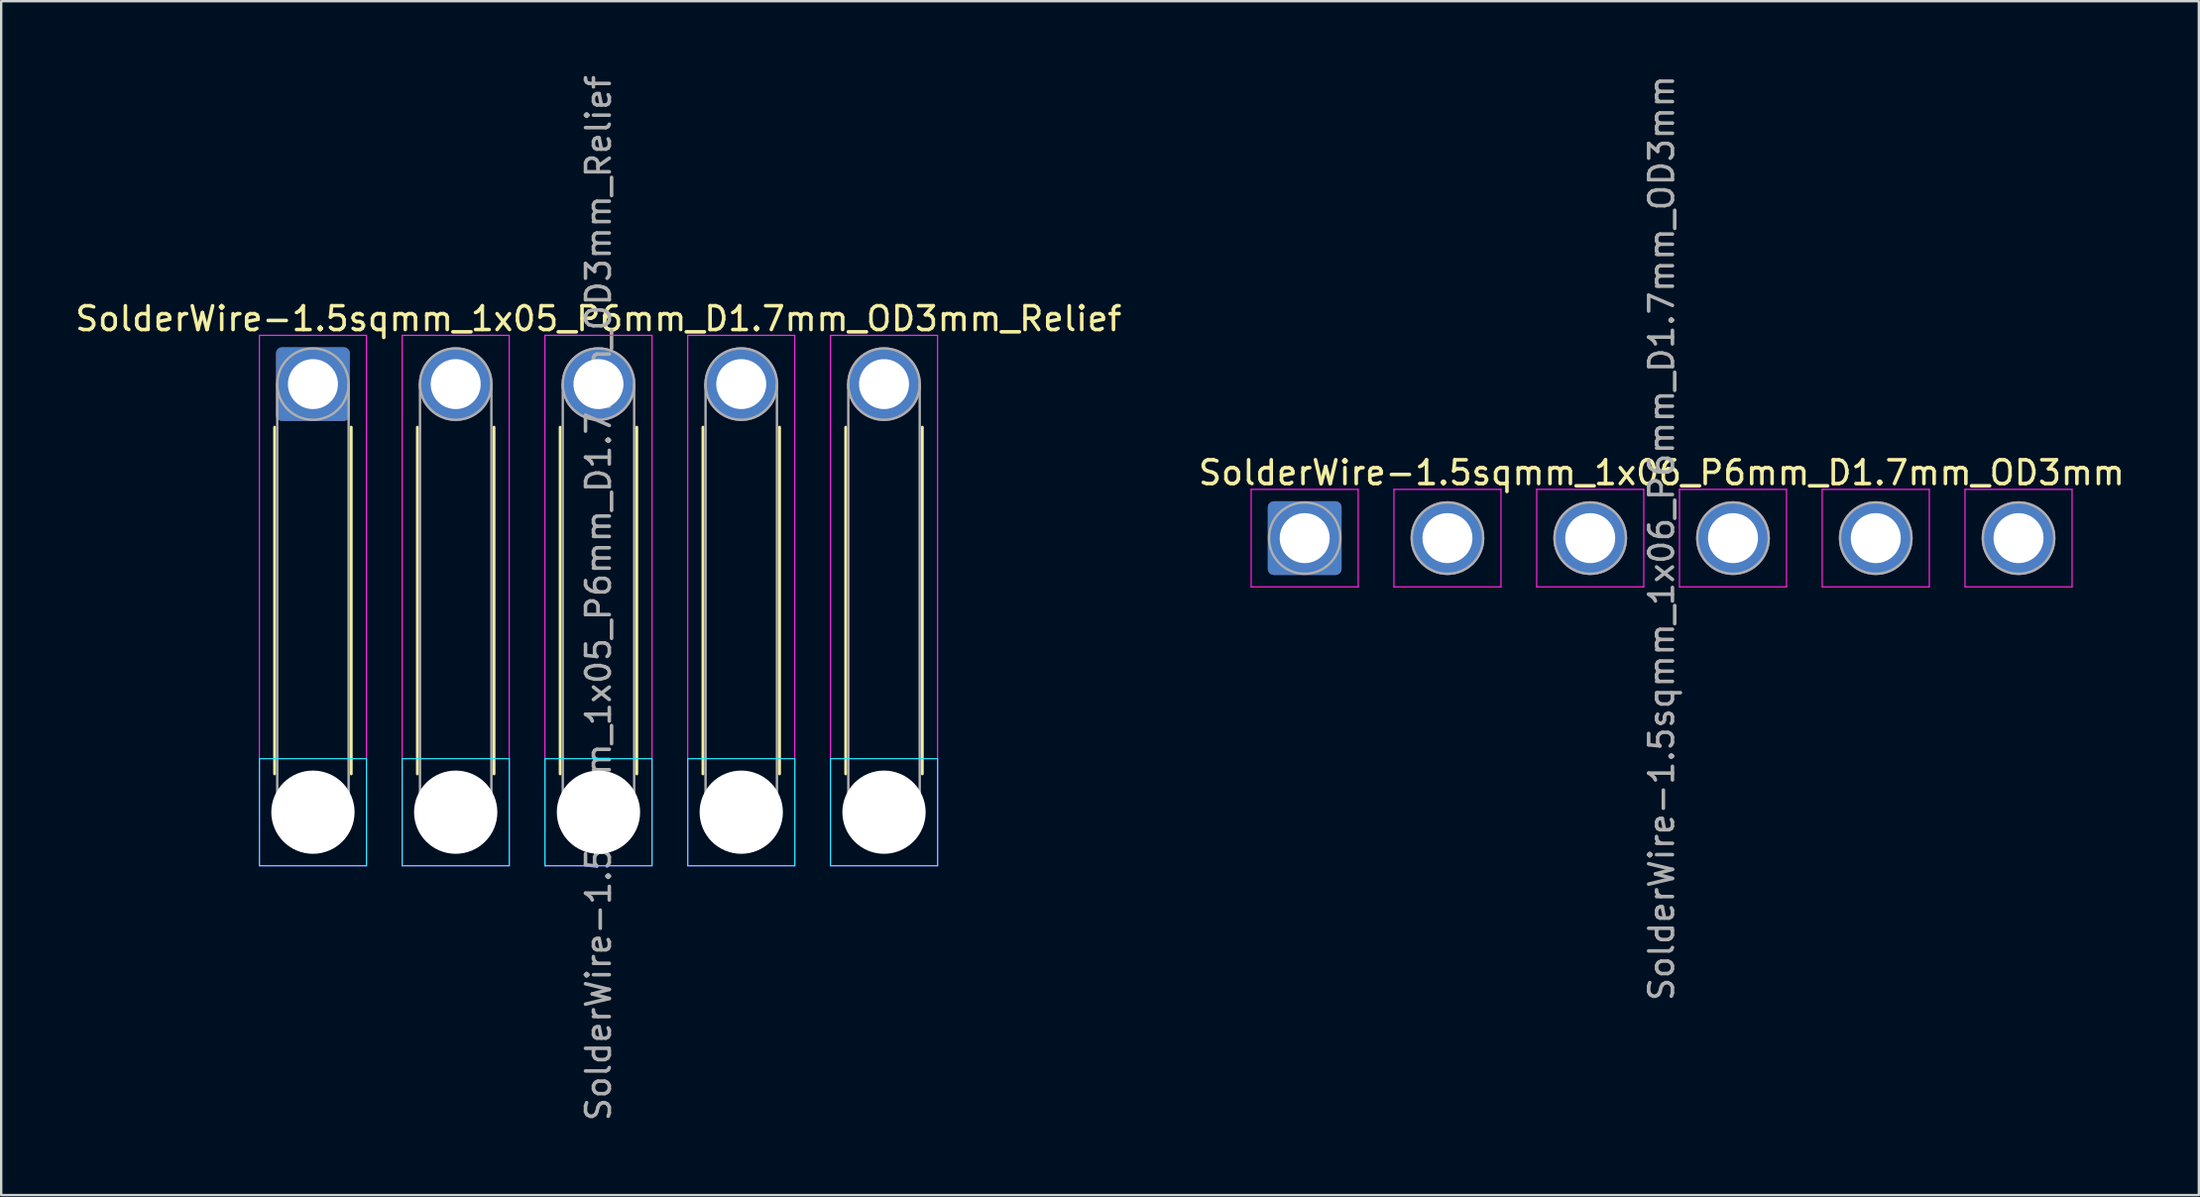
<source format=kicad_pcb>
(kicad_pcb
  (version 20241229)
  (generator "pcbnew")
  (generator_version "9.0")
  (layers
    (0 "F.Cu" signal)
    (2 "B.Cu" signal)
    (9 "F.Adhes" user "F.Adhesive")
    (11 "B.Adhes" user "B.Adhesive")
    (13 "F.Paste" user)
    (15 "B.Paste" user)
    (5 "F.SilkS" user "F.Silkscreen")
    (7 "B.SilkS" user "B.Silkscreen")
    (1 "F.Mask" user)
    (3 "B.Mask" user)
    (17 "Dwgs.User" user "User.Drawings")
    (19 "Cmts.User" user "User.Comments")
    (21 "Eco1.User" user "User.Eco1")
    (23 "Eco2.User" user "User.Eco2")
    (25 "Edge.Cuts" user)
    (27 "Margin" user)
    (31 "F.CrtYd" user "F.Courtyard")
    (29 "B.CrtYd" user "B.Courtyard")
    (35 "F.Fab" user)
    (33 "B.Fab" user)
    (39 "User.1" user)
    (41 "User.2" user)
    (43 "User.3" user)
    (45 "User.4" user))
  (footprint "SolderWire-1.5sqmm_1x05_P6mm_D1.7mm_OD3mm_Relief"
    (layer "F.Cu")
    (at 10.101 13.101)
    (property "Reference" "SolderWire-1.5sqmm_1x05_P6mm_D1.7mm_OD3mm_Relief" (at 12 -2.75 0) (layer "F.SilkS") (effects (font (size 1 1) (thickness 0.15))))
    (attr exclude_from_pos_files exclude_from_bom)
    (fp_line (start -1.61 1.81) (end -1.61 16.39) (stroke (width 0.12) (type solid)) (layer "F.SilkS"))
    (fp_line (start 1.61 1.81) (end 1.61 16.39) (stroke (width 0.12) (type solid)) (layer "F.SilkS"))
    (fp_line (start 4.39 1.81) (end 4.39 16.39) (stroke (width 0.12) (type solid)) (layer "F.SilkS"))
    (fp_line (start 7.61 1.81) (end 7.61 16.39) (stroke (width 0.12) (type solid)) (layer "F.SilkS"))
    (fp_line (start 10.39 1.81) (end 10.39 16.39) (stroke (width 0.12) (type solid)) (layer "F.SilkS"))
    (fp_line (start 13.61 1.81) (end 13.61 16.39) (stroke (width 0.12) (type solid)) (layer "F.SilkS"))
    (fp_line (start 16.39 1.81) (end 16.39 16.39) (stroke (width 0.12) (type solid)) (layer "F.SilkS"))
    (fp_line (start 19.61 1.81) (end 19.61 16.39) (stroke (width 0.12) (type solid)) (layer "F.SilkS"))
    (fp_line (start 22.39 1.81) (end 22.39 16.39) (stroke (width 0.12) (type solid)) (layer "F.SilkS"))
    (fp_line (start 25.61 1.81) (end 25.61 16.39) (stroke (width 0.12) (type solid)) (layer "F.SilkS"))
    (fp_line (start -2.25 15.75) (end -2.25 20.25) (stroke (width 0.05) (type solid)) (layer "B.CrtYd"))
    (fp_line (start -2.25 20.25) (end 2.25 20.25) (stroke (width 0.05) (type solid)) (layer "B.CrtYd"))
    (fp_line (start 2.25 15.75) (end -2.25 15.75) (stroke (width 0.05) (type solid)) (layer "B.CrtYd"))
    (fp_line (start 2.25 20.25) (end 2.25 15.75) (stroke (width 0.05) (type solid)) (layer "B.CrtYd"))
    (fp_line (start 3.75 15.75) (end 3.75 20.25) (stroke (width 0.05) (type solid)) (layer "B.CrtYd"))
    (fp_line (start 3.75 20.25) (end 8.25 20.25) (stroke (width 0.05) (type solid)) (layer "B.CrtYd"))
    (fp_line (start 8.25 15.75) (end 3.75 15.75) (stroke (width 0.05) (type solid)) (layer "B.CrtYd"))
    (fp_line (start 8.25 20.25) (end 8.25 15.75) (stroke (width 0.05) (type solid)) (layer "B.CrtYd"))
    (fp_line (start 9.75 15.75) (end 9.75 20.25) (stroke (width 0.05) (type solid)) (layer "B.CrtYd"))
    (fp_line (start 9.75 20.25) (end 14.25 20.25) (stroke (width 0.05) (type solid)) (layer "B.CrtYd"))
    (fp_line (start 14.25 15.75) (end 9.75 15.75) (stroke (width 0.05) (type solid)) (layer "B.CrtYd"))
    (fp_line (start 14.25 20.25) (end 14.25 15.75) (stroke (width 0.05) (type solid)) (layer "B.CrtYd"))
    (fp_line (start 15.75 15.75) (end 15.75 20.25) (stroke (width 0.05) (type solid)) (layer "B.CrtYd"))
    (fp_line (start 15.75 20.25) (end 20.25 20.25) (stroke (width 0.05) (type solid)) (layer "B.CrtYd"))
    (fp_line (start 20.25 15.75) (end 15.75 15.75) (stroke (width 0.05) (type solid)) (layer "B.CrtYd"))
    (fp_line (start 20.25 20.25) (end 20.25 15.75) (stroke (width 0.05) (type solid)) (layer "B.CrtYd"))
    (fp_line (start 21.75 15.75) (end 21.75 20.25) (stroke (width 0.05) (type solid)) (layer "B.CrtYd"))
    (fp_line (start 21.75 20.25) (end 26.25 20.25) (stroke (width 0.05) (type solid)) (layer "B.CrtYd"))
    (fp_line (start 26.25 15.75) (end 21.75 15.75) (stroke (width 0.05) (type solid)) (layer "B.CrtYd"))
    (fp_line (start 26.25 20.25) (end 26.25 15.75) (stroke (width 0.05) (type solid)) (layer "B.CrtYd"))
    (fp_line (start -2.25 -2.05) (end -2.25 20.25) (stroke (width 0.05) (type solid)) (layer "F.CrtYd"))
    (fp_line (start -2.25 20.25) (end 2.25 20.25) (stroke (width 0.05) (type solid)) (layer "F.CrtYd"))
    (fp_line (start 2.25 -2.05) (end -2.25 -2.05) (stroke (width 0.05) (type solid)) (layer "F.CrtYd"))
    (fp_line (start 2.25 20.25) (end 2.25 -2.05) (stroke (width 0.05) (type solid)) (layer "F.CrtYd"))
    (fp_line (start 3.75 -2.05) (end 3.75 20.25) (stroke (width 0.05) (type solid)) (layer "F.CrtYd"))
    (fp_line (start 3.75 20.25) (end 8.25 20.25) (stroke (width 0.05) (type solid)) (layer "F.CrtYd"))
    (fp_line (start 8.25 -2.05) (end 3.75 -2.05) (stroke (width 0.05) (type solid)) (layer "F.CrtYd"))
    (fp_line (start 8.25 20.25) (end 8.25 -2.05) (stroke (width 0.05) (type solid)) (layer "F.CrtYd"))
    (fp_line (start 9.75 -2.05) (end 9.75 20.25) (stroke (width 0.05) (type solid)) (layer "F.CrtYd"))
    (fp_line (start 9.75 20.25) (end 14.25 20.25) (stroke (width 0.05) (type solid)) (layer "F.CrtYd"))
    (fp_line (start 14.25 -2.05) (end 9.75 -2.05) (stroke (width 0.05) (type solid)) (layer "F.CrtYd"))
    (fp_line (start 14.25 20.25) (end 14.25 -2.05) (stroke (width 0.05) (type solid)) (layer "F.CrtYd"))
    (fp_line (start 15.75 -2.05) (end 15.75 20.25) (stroke (width 0.05) (type solid)) (layer "F.CrtYd"))
    (fp_line (start 15.75 20.25) (end 20.25 20.25) (stroke (width 0.05) (type solid)) (layer "F.CrtYd"))
    (fp_line (start 20.25 -2.05) (end 15.75 -2.05) (stroke (width 0.05) (type solid)) (layer "F.CrtYd"))
    (fp_line (start 20.25 20.25) (end 20.25 -2.05) (stroke (width 0.05) (type solid)) (layer "F.CrtYd"))
    (fp_line (start 21.75 -2.05) (end 21.75 20.25) (stroke (width 0.05) (type solid)) (layer "F.CrtYd"))
    (fp_line (start 21.75 20.25) (end 26.25 20.25) (stroke (width 0.05) (type solid)) (layer "F.CrtYd"))
    (fp_line (start 26.25 -2.05) (end 21.75 -2.05) (stroke (width 0.05) (type solid)) (layer "F.CrtYd"))
    (fp_line (start 26.25 20.25) (end 26.25 -2.05) (stroke (width 0.05) (type solid)) (layer "F.CrtYd"))
    (fp_line (start -1.5 0) (end -1.5 18) (stroke (width 0.1) (type solid)) (layer "F.Fab"))
    (fp_line (start 1.5 0) (end 1.5 18) (stroke (width 0.1) (type solid)) (layer "F.Fab"))
    (fp_line (start 4.5 0) (end 4.5 18) (stroke (width 0.1) (type solid)) (layer "F.Fab"))
    (fp_line (start 7.5 0) (end 7.5 18) (stroke (width 0.1) (type solid)) (layer "F.Fab"))
    (fp_line (start 10.5 0) (end 10.5 18) (stroke (width 0.1) (type solid)) (layer "F.Fab"))
    (fp_line (start 13.5 0) (end 13.5 18) (stroke (width 0.1) (type solid)) (layer "F.Fab"))
    (fp_line (start 16.5 0) (end 16.5 18) (stroke (width 0.1) (type solid)) (layer "F.Fab"))
    (fp_line (start 19.5 0) (end 19.5 18) (stroke (width 0.1) (type solid)) (layer "F.Fab"))
    (fp_line (start 22.5 0) (end 22.5 18) (stroke (width 0.1) (type solid)) (layer "F.Fab"))
    (fp_line (start 25.5 0) (end 25.5 18) (stroke (width 0.1) (type solid)) (layer "F.Fab"))
    (fp_circle (center 0 0) (end 1.5 0) (stroke (width 0.1) (type solid)) (fill no) (layer "F.Fab"))
    (fp_circle (center 0 18) (end 1.5 18) (stroke (width 0.1) (type solid)) (fill no) (layer "F.Fab"))
    (fp_circle (center 6 0) (end 7.5 0) (stroke (width 0.1) (type solid)) (fill no) (layer "F.Fab"))
    (fp_circle (center 6 18) (end 7.5 18) (stroke (width 0.1) (type solid)) (fill no) (layer "F.Fab"))
    (fp_circle (center 12 0) (end 13.5 0) (stroke (width 0.1) (type solid)) (fill no) (layer "F.Fab"))
    (fp_circle (center 12 18) (end 13.5 18) (stroke (width 0.1) (type solid)) (fill no) (layer "F.Fab"))
    (fp_circle (center 18 0) (end 19.5 0) (stroke (width 0.1) (type solid)) (fill no) (layer "F.Fab"))
    (fp_circle (center 18 18) (end 19.5 18) (stroke (width 0.1) (type solid)) (fill no) (layer "F.Fab"))
    (fp_circle (center 24 0) (end 25.5 0) (stroke (width 0.1) (type solid)) (fill no) (layer "F.Fab"))
    (fp_circle (center 24 18) (end 25.5 18) (stroke (width 0.1) (type solid)) (fill no) (layer "F.Fab"))
    (fp_text user "${REFERENCE}" (at 12 9 90) (layer "F.Fab") (effects (font (size 1 1) (thickness 0.15))))
    (pad "" np_thru_hole circle (at 0 18) (size 3.5 3.5) (drill 3.5) (layers "*.Cu" "*.Mask"))
    (pad "" np_thru_hole circle (at 6 18) (size 3.5 3.5) (drill 3.5) (layers "*.Cu" "*.Mask"))
    (pad "" np_thru_hole circle (at 12 18) (size 3.5 3.5) (drill 3.5) (layers "*.Cu" "*.Mask"))
    (pad "" np_thru_hole circle (at 18 18) (size 3.5 3.5) (drill 3.5) (layers "*.Cu" "*.Mask"))
    (pad "" np_thru_hole circle (at 24 18) (size 3.5 3.5) (drill 3.5) (layers "*.Cu" "*.Mask"))
    (pad "1" thru_hole roundrect (at 0 0) (size 3.1 3.1) (drill 2.1) (layers "*.Cu" "*.Mask") (roundrect_rratio 0.081))
    (pad "2" thru_hole circle (at 6 0) (size 3.1 3.1) (drill 2.1) (layers "*.Cu" "*.Mask"))
    (pad "3" thru_hole circle (at 12 0) (size 3.1 3.1) (drill 2.1) (layers "*.Cu" "*.Mask"))
    (pad "4" thru_hole circle (at 18 0) (size 3.1 3.1) (drill 2.1) (layers "*.Cu" "*.Mask"))
    (pad "5" thru_hole circle (at 24 0) (size 3.1 3.1) (drill 2.1) (layers "*.Cu" "*.Mask")))
  (footprint "SolderWire-1.5sqmm_1x06_P6mm_D1.7mm_OD3mm"
    (layer "F.Cu")
    (at 51.78 19.577)
    (property "Reference" "SolderWire-1.5sqmm_1x06_P6mm_D1.7mm_OD3mm" (at 15 -2.75 0) (layer "F.SilkS") (effects (font (size 1 1) (thickness 0.15))))
    (attr exclude_from_pos_files exclude_from_bom)
    (fp_line (start -2.25 -2.05) (end -2.25 2.05) (stroke (width 0.05) (type solid)) (layer "F.CrtYd"))
    (fp_line (start -2.25 2.05) (end 2.25 2.05) (stroke (width 0.05) (type solid)) (layer "F.CrtYd"))
    (fp_line (start 2.25 -2.05) (end -2.25 -2.05) (stroke (width 0.05) (type solid)) (layer "F.CrtYd"))
    (fp_line (start 2.25 2.05) (end 2.25 -2.05) (stroke (width 0.05) (type solid)) (layer "F.CrtYd"))
    (fp_line (start 3.75 -2.05) (end 3.75 2.05) (stroke (width 0.05) (type solid)) (layer "F.CrtYd"))
    (fp_line (start 3.75 2.05) (end 8.25 2.05) (stroke (width 0.05) (type solid)) (layer "F.CrtYd"))
    (fp_line (start 8.25 -2.05) (end 3.75 -2.05) (stroke (width 0.05) (type solid)) (layer "F.CrtYd"))
    (fp_line (start 8.25 2.05) (end 8.25 -2.05) (stroke (width 0.05) (type solid)) (layer "F.CrtYd"))
    (fp_line (start 9.75 -2.05) (end 9.75 2.05) (stroke (width 0.05) (type solid)) (layer "F.CrtYd"))
    (fp_line (start 9.75 2.05) (end 14.25 2.05) (stroke (width 0.05) (type solid)) (layer "F.CrtYd"))
    (fp_line (start 14.25 -2.05) (end 9.75 -2.05) (stroke (width 0.05) (type solid)) (layer "F.CrtYd"))
    (fp_line (start 14.25 2.05) (end 14.25 -2.05) (stroke (width 0.05) (type solid)) (layer "F.CrtYd"))
    (fp_line (start 15.75 -2.05) (end 15.75 2.05) (stroke (width 0.05) (type solid)) (layer "F.CrtYd"))
    (fp_line (start 15.75 2.05) (end 20.25 2.05) (stroke (width 0.05) (type solid)) (layer "F.CrtYd"))
    (fp_line (start 20.25 -2.05) (end 15.75 -2.05) (stroke (width 0.05) (type solid)) (layer "F.CrtYd"))
    (fp_line (start 20.25 2.05) (end 20.25 -2.05) (stroke (width 0.05) (type solid)) (layer "F.CrtYd"))
    (fp_line (start 21.75 -2.05) (end 21.75 2.05) (stroke (width 0.05) (type solid)) (layer "F.CrtYd"))
    (fp_line (start 21.75 2.05) (end 26.25 2.05) (stroke (width 0.05) (type solid)) (layer "F.CrtYd"))
    (fp_line (start 26.25 -2.05) (end 21.75 -2.05) (stroke (width 0.05) (type solid)) (layer "F.CrtYd"))
    (fp_line (start 26.25 2.05) (end 26.25 -2.05) (stroke (width 0.05) (type solid)) (layer "F.CrtYd"))
    (fp_line (start 27.75 -2.05) (end 27.75 2.05) (stroke (width 0.05) (type solid)) (layer "F.CrtYd"))
    (fp_line (start 27.75 2.05) (end 32.25 2.05) (stroke (width 0.05) (type solid)) (layer "F.CrtYd"))
    (fp_line (start 32.25 -2.05) (end 27.75 -2.05) (stroke (width 0.05) (type solid)) (layer "F.CrtYd"))
    (fp_line (start 32.25 2.05) (end 32.25 -2.05) (stroke (width 0.05) (type solid)) (layer "F.CrtYd"))
    (fp_circle (center 0 0) (end 1.5 0) (stroke (width 0.1) (type solid)) (fill no) (layer "F.Fab"))
    (fp_circle (center 6 0) (end 7.5 0) (stroke (width 0.1) (type solid)) (fill no) (layer "F.Fab"))
    (fp_circle (center 12 0) (end 13.5 0) (stroke (width 0.1) (type solid)) (fill no) (layer "F.Fab"))
    (fp_circle (center 18 0) (end 19.5 0) (stroke (width 0.1) (type solid)) (fill no) (layer "F.Fab"))
    (fp_circle (center 24 0) (end 25.5 0) (stroke (width 0.1) (type solid)) (fill no) (layer "F.Fab"))
    (fp_circle (center 30 0) (end 31.5 0) (stroke (width 0.1) (type solid)) (fill no) (layer "F.Fab"))
    (fp_text user "${REFERENCE}" (at 15 0 90) (layer "F.Fab") (effects (font (size 1 1) (thickness 0.15))))
    (pad "1" thru_hole roundrect (at 0 0) (size 3.1 3.1) (drill 2.1) (layers "*.Cu" "*.Mask") (roundrect_rratio 0.081))
    (pad "2" thru_hole circle (at 6 0) (size 3.1 3.1) (drill 2.1) (layers "*.Cu" "*.Mask"))
    (pad "3" thru_hole circle (at 12 0) (size 3.1 3.1) (drill 2.1) (layers "*.Cu" "*.Mask"))
    (pad "4" thru_hole circle (at 18 0) (size 3.1 3.1) (drill 2.1) (layers "*.Cu" "*.Mask"))
    (pad "5" thru_hole circle (at 24 0) (size 3.1 3.1) (drill 2.1) (layers "*.Cu" "*.Mask"))
    (pad "6" thru_hole circle (at 30 0) (size 3.1 3.1) (drill 2.1) (layers "*.Cu" "*.Mask")))
  (gr_rect
    (start -3 -3)
    (end 89.357 47.202)
    (stroke (width 0.1) (type default))
    (fill no)
    (layer "Edge.Cuts")))
</source>
